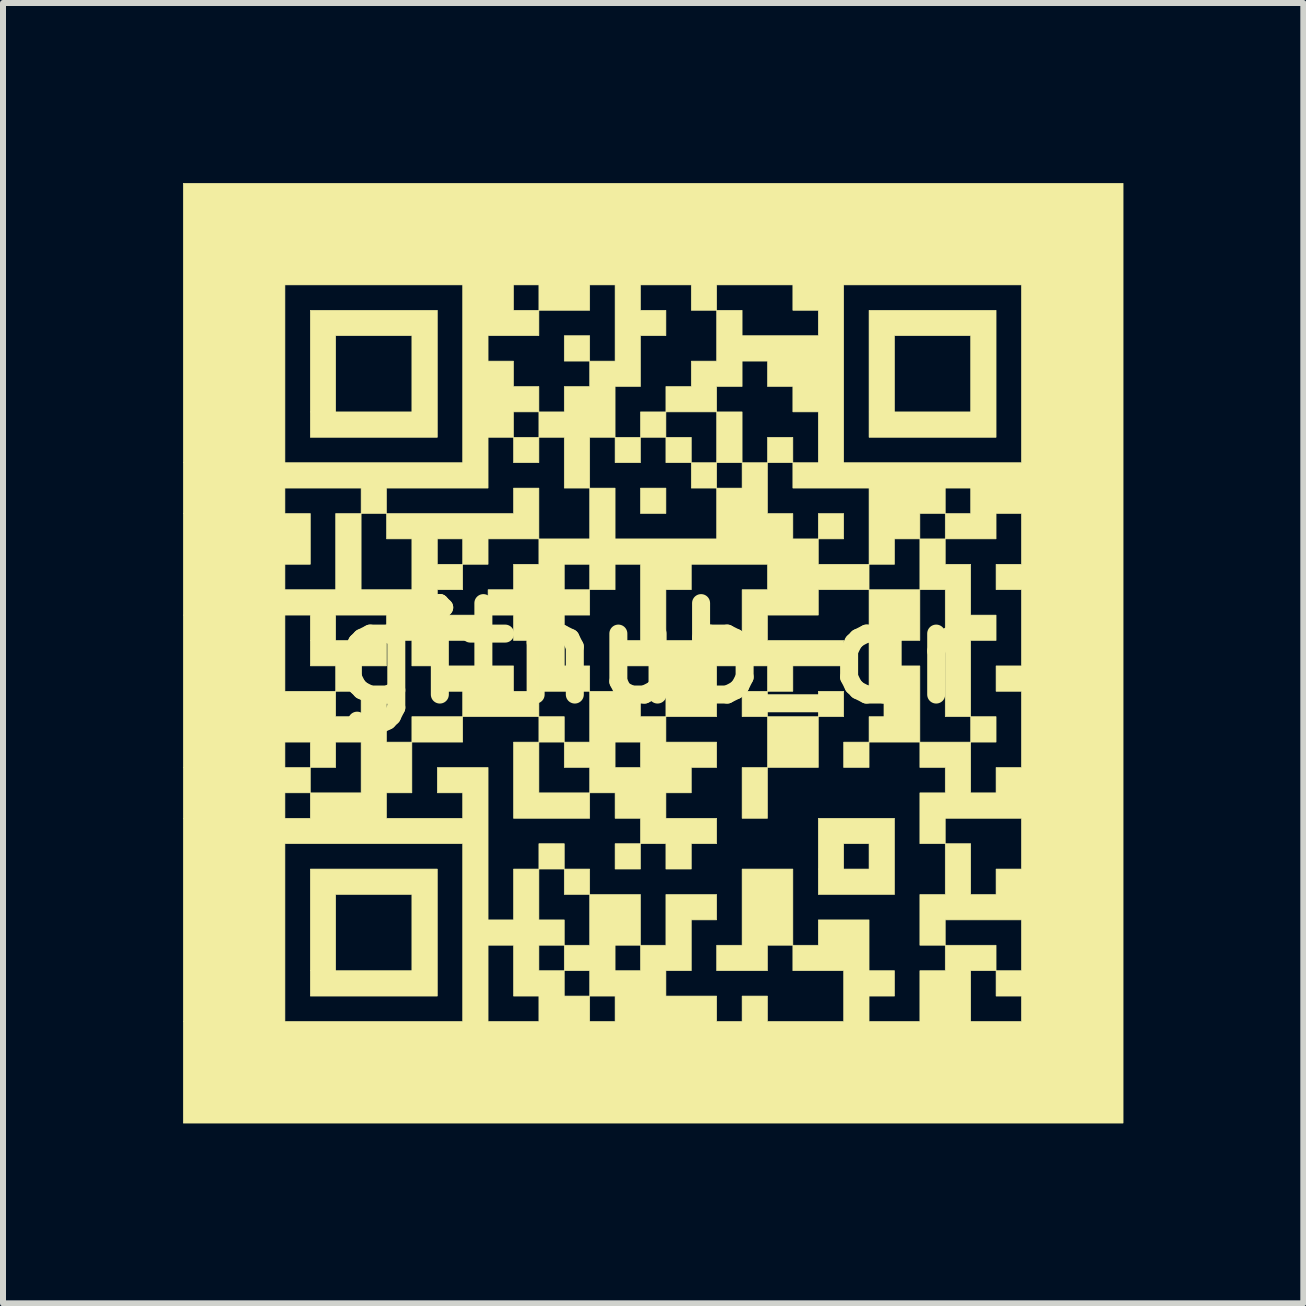
<source format=kicad_pcb>
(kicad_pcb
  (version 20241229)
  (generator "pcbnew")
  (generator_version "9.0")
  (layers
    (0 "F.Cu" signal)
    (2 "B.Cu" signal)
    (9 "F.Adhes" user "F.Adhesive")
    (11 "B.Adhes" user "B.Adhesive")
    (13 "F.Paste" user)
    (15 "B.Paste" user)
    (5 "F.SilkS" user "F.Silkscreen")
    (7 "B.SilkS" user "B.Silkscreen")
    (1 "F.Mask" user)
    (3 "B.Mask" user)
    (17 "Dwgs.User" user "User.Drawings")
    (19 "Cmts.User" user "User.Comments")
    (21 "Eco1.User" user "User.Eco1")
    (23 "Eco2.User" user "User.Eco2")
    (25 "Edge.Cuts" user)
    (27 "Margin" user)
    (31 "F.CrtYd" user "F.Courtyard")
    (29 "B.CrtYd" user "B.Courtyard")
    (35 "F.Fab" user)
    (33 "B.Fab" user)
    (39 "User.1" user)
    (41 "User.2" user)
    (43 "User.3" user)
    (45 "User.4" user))
  (footprint "github_qr"
    (layer "F.Cu")
    (at 7.837 7.837)
    (property "Reference" "github_qr" (at 0 0 0) (layer "F.SilkS") (effects (font (size 1.524 1.524) (thickness 0.3))))
    (attr through_hole)
    (fp_poly (pts (xy -3.175 1.482) (xy -4.022 1.482) (xy -4.022 1.058) (xy -3.175 1.058) (xy -3.175 1.482)) (stroke (width 0.01) (type solid)) (fill yes) (layer "F.SilkS"))
    (fp_poly (pts (xy -1.905 -3.175) (xy -2.328 -3.175) (xy -2.328 -3.598) (xy -1.905 -3.598) (xy -1.905 -3.175)) (stroke (width 0.01) (type solid)) (fill yes) (layer "F.SilkS"))
    (fp_poly (pts (xy -1.905 3.598) (xy -1.905 3.175) (xy -1.482 3.175) (xy -1.482 3.598) (xy -1.905 3.598)) (stroke (width 0.01) (type solid)) (fill yes) (layer "F.SilkS"))
    (fp_poly (pts (xy -1.058 -4.868) (xy -1.482 -4.868) (xy -1.482 -5.292) (xy -1.058 -5.292) (xy -1.058 -4.868)) (stroke (width 0.01) (type solid)) (fill yes) (layer "F.SilkS"))
    (fp_poly (pts (xy -1.058 3.598) (xy -1.058 4.022) (xy -1.482 4.022) (xy -1.482 3.598) (xy -1.058 3.598)) (stroke (width 0.01) (type solid)) (fill yes) (layer "F.SilkS"))
    (fp_poly (pts (xy -0.212 -4.022) (xy 0.212 -4.022) (xy 0.212 -3.598) (xy -0.212 -3.598) (xy -0.212 -4.022)) (stroke (width 0.01) (type solid)) (fill yes) (layer "F.SilkS"))
    (fp_poly (pts (xy -0.212 -3.175) (xy -0.635 -3.175) (xy -0.635 -3.598) (xy -0.212 -3.598) (xy -0.212 -3.175)) (stroke (width 0.01) (type solid)) (fill yes) (layer "F.SilkS"))
    (fp_poly (pts (xy -0.212 3.598) (xy -0.635 3.598) (xy -0.635 3.175) (xy -0.212 3.175) (xy -0.212 3.598)) (stroke (width 0.01) (type solid)) (fill yes) (layer "F.SilkS"))
    (fp_poly (pts (xy 0.212 -3.175) (xy 0.212 -3.598) (xy 0.635 -3.598) (xy 0.635 -3.175) (xy 0.212 -3.175)) (stroke (width 0.01) (type solid)) (fill yes) (layer "F.SilkS"))
    (fp_poly (pts (xy 0.212 -2.328) (xy -0.212 -2.328) (xy -0.212 -2.752) (xy 0.212 -2.752) (xy 0.212 -2.328)) (stroke (width 0.01) (type solid)) (fill yes) (layer "F.SilkS"))
    (fp_poly (pts (xy 1.482 1.058) (xy 1.482 0.635) (xy 1.905 0.635) (xy 1.905 1.058) (xy 1.482 1.058)) (stroke (width 0.01) (type solid)) (fill yes) (layer "F.SilkS"))
    (fp_poly (pts (xy 1.905 -3.598) (xy 2.328 -3.598) (xy 2.328 -3.175) (xy 1.905 -3.175) (xy 1.905 -3.598)) (stroke (width 0.01) (type solid)) (fill yes) (layer "F.SilkS"))
    (fp_poly (pts (xy 1.905 2.752) (xy 1.482 2.752) (xy 1.482 1.905) (xy 1.905 1.905) (xy 1.905 2.752)) (stroke (width 0.01) (type solid)) (fill yes) (layer "F.SilkS"))
    (fp_poly (pts (xy 2.752 -2.328) (xy 3.175 -2.328) (xy 3.175 -1.905) (xy 2.752 -1.905) (xy 2.752 -2.328)) (stroke (width 0.01) (type solid)) (fill yes) (layer "F.SilkS"))
    (fp_poly (pts (xy 2.752 0.635) (xy 3.175 0.635) (xy 3.175 1.058) (xy 2.752 1.058) (xy 2.752 0.635)) (stroke (width 0.01) (type solid)) (fill yes) (layer "F.SilkS"))
    (fp_poly (pts (xy 2.752 1.905) (xy 1.905 1.905) (xy 1.905 1.058) (xy 2.752 1.058) (xy 2.752 1.905)) (stroke (width 0.01) (type solid)) (fill yes) (layer "F.SilkS"))
    (fp_poly (pts (xy 3.598 1.905) (xy 3.175 1.905) (xy 3.175 1.482) (xy 3.598 1.482) (xy 3.598 1.905)) (stroke (width 0.01) (type solid)) (fill yes) (layer "F.SilkS"))
    (fp_poly (pts (xy 5.715 1.058) (xy 5.715 1.482) (xy 5.292 1.482) (xy 5.292 1.058) (xy 5.715 1.058)) (stroke (width 0.01) (type solid)) (fill yes) (layer "F.SilkS"))
    (fp_poly (pts (xy -3.175 0.635) (xy -3.598 0.635) (xy -3.598 0.212) (xy -2.328 0.212) (xy -2.328 0.635) (xy -1.905 0.635) (xy -1.905 1.058) (xy -3.175 1.058) (xy -3.175 0.635)) (stroke (width 0.01) (type solid)) (fill yes) (layer "F.SilkS"))
    (fp_poly (pts (xy 2.328 4.868) (xy 1.905 4.868) (xy 1.905 5.292) (xy 1.058 5.292) (xy 1.058 4.868) (xy 1.482 4.868) (xy 1.482 3.598) (xy 2.328 3.598) (xy 2.328 4.868)) (stroke (width 0.01) (type solid)) (fill yes) (layer "F.SilkS"))
    (fp_poly (pts (xy -3.598 -3.598) (xy -5.715 -3.598) (xy -5.715 -5.292) (xy -5.292 -5.292) (xy -5.292 -4.022) (xy -4.022 -4.022) (xy -4.022 -5.292) (xy -5.292 -5.292) (xy -5.715 -5.292) (xy -5.715 -5.715) (xy -3.598 -5.715) (xy -3.598 -3.598)) (stroke (width 0.01) (type solid)) (fill yes) (layer "F.SilkS"))
    (fp_poly (pts (xy -3.598 5.715) (xy -5.715 5.715) (xy -5.715 4.022) (xy -5.292 4.022) (xy -5.292 5.292) (xy -4.022 5.292) (xy -4.022 4.022) (xy -5.292 4.022) (xy -5.715 4.022) (xy -5.715 3.598) (xy -3.598 3.598) (xy -3.598 5.715)) (stroke (width 0.01) (type solid)) (fill yes) (layer "F.SilkS"))
    (fp_poly (pts (xy 4.022 4.022) (xy 2.752 4.022) (xy 2.752 3.175) (xy 3.175 3.175) (xy 3.175 3.598) (xy 3.598 3.598) (xy 3.598 3.175) (xy 3.175 3.175) (xy 2.752 3.175) (xy 2.752 2.752) (xy 4.022 2.752) (xy 4.022 4.022)) (stroke (width 0.01) (type solid)) (fill yes) (layer "F.SilkS"))
    (fp_poly (pts (xy 5.715 -3.598) (xy 3.598 -3.598) (xy 3.598 -5.292) (xy 4.022 -5.292) (xy 4.022 -4.022) (xy 5.292 -4.022) (xy 5.292 -5.292) (xy 4.022 -5.292) (xy 3.598 -5.292) (xy 3.598 -5.715) (xy 5.715 -5.715) (xy 5.715 -3.598)) (stroke (width 0.01) (type solid)) (fill yes) (layer "F.SilkS"))
    (fp_poly (pts (xy 4.445 -0.212) (xy 4.022 -0.212) (xy 4.022 0.212) (xy 4.445 0.212) (xy 4.445 1.482) (xy 3.598 1.482) (xy 3.598 1.058) (xy 4.022 1.058) (xy 4.022 0.635) (xy 3.598 0.635) (xy 3.598 -1.058) (xy 4.445 -1.058) (xy 4.445 -0.212)) (stroke (width 0.01) (type solid)) (fill yes) (layer "F.SilkS"))
    (fp_poly (pts (xy 4.868 1.058) (xy 4.868 -1.058) (xy 4.445 -1.058) (xy 4.445 -1.905) (xy 4.868 -1.905) (xy 4.868 -1.482) (xy 5.292 -1.482) (xy 5.292 -0.635) (xy 5.715 -0.635) (xy 5.715 -0.212) (xy 5.292 -0.212) (xy 5.292 1.058) (xy 4.868 1.058)) (stroke (width 0.01) (type solid)) (fill yes) (layer "F.SilkS"))
    (fp_poly (pts (xy 1.905 -2.328) (xy 2.328 -2.328) (xy 2.328 -1.905) (xy 2.752 -1.905) (xy 2.752 -1.482) (xy 3.598 -1.482) (xy 3.598 -1.058) (xy 2.752 -1.058) (xy 2.752 -0.635) (xy 1.905 -0.635) (xy 1.905 -0.212) (xy 3.175 -0.212) (xy 3.175 0.212) (xy 2.328 0.212) (xy 2.328 0.635) (xy 1.905 0.635) (xy 1.905 0.212) (xy 1.058 0.212) (xy 1.058 1.058) (xy 0.212 1.058) (xy 0.212 1.482) (xy 1.058 1.482) (xy 1.058 1.905) (xy 0.635 1.905) (xy 0.635 2.328) (xy 0.212 2.328) (xy 0.212 2.752) (xy 1.058 2.752) (xy 1.058 3.175) (xy 0.635 3.175) (xy 0.635 3.598) (xy 0.212 3.598) (xy 0.212 3.175) (xy -0.212 3.175) (xy -0.212 2.752) (xy -0.635 2.752) (xy -0.635 2.328) (xy -1.058 2.328) (xy -1.058 2.752) (xy -2.328 2.752) (xy -2.328 1.482) (xy -1.905 1.482) (xy -1.905 2.328) (xy -1.058 2.328) (xy -1.058 1.905) (xy -1.482 1.905) (xy -1.482 1.482) (xy -1.905 1.482) (xy -1.905 1.058) (xy -1.482 1.058) (xy -1.482 1.482) (xy -1.058 1.482) (xy -0.635 1.482) (xy -0.635 1.905) (xy -0.212 1.905) (xy -0.212 1.482) (xy -0.635 1.482) (xy -1.058 1.482) (xy -1.058 0.635) (xy -1.905 0.635) (xy -1.905 -0.212) (xy -2.328 -0.212) (xy -2.328 -0.635) (xy -1.482 -0.635) (xy -1.482 0.212) (xy -1.058 0.212) (xy -1.058 0.635) (xy -0.212 0.635) (xy -0.212 1.058) (xy 0.212 1.058) (xy 0.212 0.212) (xy -0.635 0.212) (xy -0.635 -0.212) (xy -0.212 -0.212) (xy -0.212 -1.058) (xy 0.212 -1.058) (xy 0.212 -0.212) (xy 1.482 -0.212) (xy 1.482 -1.058) (xy 1.905 -1.058) (xy 1.905 -1.482) (xy 0.635 -1.482) (xy 0.635 -1.058) (xy 0.212 -1.058) (xy -0.212 -1.058) (xy -0.212 -1.482) (xy -0.635 -1.482) (xy -0.635 -1.058) (xy -1.058 -1.058) (xy -1.058 -0.635) (xy -1.482 -0.635) (xy -2.328 -0.635) (xy -2.752 -0.635) (xy -2.752 -1.058) (xy -2.328 -1.058) (xy -2.328 -1.482) (xy -1.905 -1.482) (xy -1.482 -1.482) (xy -1.482 -1.058) (xy -1.058 -1.058) (xy -1.058 -1.482) (xy -1.482 -1.482) (xy -1.905 -1.482) (xy -1.905 -1.905) (xy -1.058 -1.905) (xy -1.058 -2.752) (xy -0.635 -2.752) (xy -0.635 -1.905) (xy 1.058 -1.905) (xy 1.058 -2.752) (xy 0.635 -2.752) (xy 0.635 -3.175) (xy 1.058 -3.175) (xy 1.058 -2.752) (xy 1.482 -2.752) (xy 1.482 -3.175) (xy 1.058 -3.175) (xy 1.058 -4.022) (xy 1.482 -4.022) (xy 1.482 -3.175) (xy 1.905 -3.175) (xy 1.905 -2.328)) (stroke (width 0.01) (type solid)) (fill yes) (layer "F.SilkS"))
    (fp_poly (pts (xy 7.832 7.832) (xy -7.832 7.832) (xy -7.832 3.175) (xy -6.138 3.175) (xy -6.138 6.138) (xy -3.175 6.138) (xy -3.175 4.868) (xy -2.752 4.868) (xy -2.752 6.138) (xy -1.905 6.138) (xy -1.058 6.138) (xy -0.635 6.138) (xy -0.635 5.715) (xy -1.058 5.715) (xy -1.058 6.138) (xy -1.905 6.138) (xy -1.905 5.715) (xy -2.328 5.715) (xy -2.328 4.868) (xy -1.905 4.868) (xy -1.905 5.292) (xy -1.482 5.292) (xy -1.482 5.715) (xy -1.058 5.715) (xy -1.058 5.292) (xy -1.482 5.292) (xy -1.482 4.868) (xy -1.905 4.868) (xy -2.328 4.868) (xy -2.752 4.868) (xy -3.175 4.868) (xy -3.175 3.175) (xy -6.138 3.175) (xy -7.832 3.175) (xy -7.832 2.328) (xy -6.138 2.328) (xy -6.138 2.752) (xy -5.715 2.752) (xy -5.715 2.328) (xy -6.138 2.328) (xy -7.832 2.328) (xy -7.832 1.482) (xy -6.138 1.482) (xy -6.138 1.905) (xy -5.715 1.905) (xy -5.715 2.328) (xy -4.868 2.328) (xy -4.868 1.482) (xy -5.292 1.482) (xy -5.292 1.905) (xy -5.715 1.905) (xy -5.715 1.482) (xy -6.138 1.482) (xy -7.832 1.482) (xy -7.832 1.058) (xy -5.292 1.058) (xy -4.868 1.058) (xy -4.868 0.635) (xy -5.292 0.635) (xy -5.292 1.058) (xy -7.832 1.058) (xy -7.832 -0.635) (xy -6.138 -0.635) (xy -6.138 0.635) (xy -5.292 0.635) (xy -5.292 0.212) (xy -4.868 0.212) (xy -4.868 0.635) (xy -4.445 0.635) (xy -4.445 1.482) (xy -4.022 1.482) (xy -4.022 2.328) (xy -4.445 2.328) (xy -4.445 2.752) (xy -3.175 2.752) (xy -3.175 2.328) (xy -3.598 2.328) (xy -3.598 1.905) (xy -2.752 1.905) (xy -2.752 4.445) (xy -2.328 4.445) (xy -2.328 3.598) (xy -1.905 3.598) (xy -1.905 4.445) (xy -1.482 4.445) (xy -1.482 4.868) (xy -1.058 4.868) (xy -0.635 4.868) (xy -0.635 5.292) (xy -0.212 5.292) (xy -0.212 4.868) (xy -0.635 4.868) (xy -1.058 4.868) (xy -1.058 4.022) (xy -0.212 4.022) (xy -0.212 4.868) (xy 0.212 4.868) (xy 0.212 4.022) (xy 1.058 4.022) (xy 1.058 4.445) (xy 0.635 4.445) (xy 0.635 5.292) (xy 0.212 5.292) (xy 0.212 5.715) (xy 1.058 5.715) (xy 1.058 6.138) (xy 1.482 6.138) (xy 1.482 5.715) (xy 1.905 5.715) (xy 1.905 6.138) (xy 3.175 6.138) (xy 3.175 5.292) (xy 2.328 5.292) (xy 2.328 4.868) (xy 2.752 4.868) (xy 2.752 4.445) (xy 3.598 4.445) (xy 3.598 5.292) (xy 4.022 5.292) (xy 4.022 5.715) (xy 3.598 5.715) (xy 3.598 6.138) (xy 4.445 6.138) (xy 4.445 5.292) (xy 4.868 5.292) (xy 5.292 5.292) (xy 5.292 6.138) (xy 6.138 6.138) (xy 6.138 5.715) (xy 5.715 5.715) (xy 5.715 5.292) (xy 5.292 5.292) (xy 4.868 5.292) (xy 4.868 4.868) (xy 4.445 4.868) (xy 4.445 4.445) (xy 4.868 4.445) (xy 4.868 4.868) (xy 5.715 4.868) (xy 5.715 5.292) (xy 6.138 5.292) (xy 6.138 4.445) (xy 4.868 4.445) (xy 4.445 4.445) (xy 4.445 4.022) (xy 4.868 4.022) (xy 4.868 3.175) (xy 4.445 3.175) (xy 4.445 2.752) (xy 4.868 2.752) (xy 4.868 3.175) (xy 5.292 3.175) (xy 5.292 4.022) (xy 5.715 4.022) (xy 5.715 3.598) (xy 6.138 3.598) (xy 6.138 2.752) (xy 4.868 2.752) (xy 4.445 2.752) (xy 4.445 2.328) (xy 4.868 2.328) (xy 4.868 1.905) (xy 4.445 1.905) (xy 4.445 1.482) (xy 5.292 1.482) (xy 5.292 2.328) (xy 5.715 2.328) (xy 5.715 1.905) (xy 6.138 1.905) (xy 6.138 0.635) (xy 5.715 0.635) (xy 5.715 0.212) (xy 6.138 0.212) (xy 6.138 -1.058) (xy 5.715 -1.058) (xy 5.715 -1.482) (xy 6.138 -1.482) (xy 6.138 -2.328) (xy 5.715 -2.328) (xy 5.715 -1.905) (xy 4.868 -1.905) (xy 4.868 -2.328) (xy 4.445 -2.328) (xy 4.445 -1.905) (xy 4.022 -1.905) (xy 4.022 -1.482) (xy 3.598 -1.482) (xy 3.598 -2.752) (xy 4.868 -2.752) (xy 4.868 -2.328) (xy 5.292 -2.328) (xy 5.292 -2.752) (xy 4.868 -2.752) (xy 3.598 -2.752) (xy 2.328 -2.752) (xy 2.328 -3.175) (xy 2.752 -3.175) (xy 2.752 -4.022) (xy 2.328 -4.022) (xy 2.328 -4.445) (xy 1.905 -4.445) (xy 1.905 -4.868) (xy 1.482 -4.868) (xy 1.482 -4.445) (xy 1.058 -4.445) (xy 1.058 -4.022) (xy 0.212 -4.022) (xy 0.212 -4.445) (xy 0.635 -4.445) (xy 0.635 -4.868) (xy 1.058 -4.868) (xy 1.058 -5.715) (xy 0.635 -5.715) (xy 0.635 -6.138) (xy 1.058 -6.138) (xy 1.058 -5.715) (xy 1.482 -5.715) (xy 1.482 -5.292) (xy 2.752 -5.292) (xy 2.752 -5.715) (xy 2.328 -5.715) (xy 2.328 -6.138) (xy 3.175 -6.138) (xy 3.175 -3.175) (xy 6.138 -3.175) (xy 6.138 -6.138) (xy 3.175 -6.138) (xy 2.328 -6.138) (xy 1.058 -6.138) (xy 0.635 -6.138) (xy -0.212 -6.138) (xy -0.212 -5.715) (xy 0.212 -5.715) (xy 0.212 -5.292) (xy -0.212 -5.292) (xy -0.212 -4.445) (xy -0.635 -4.445) (xy -0.635 -3.598) (xy -1.058 -3.598) (xy -1.058 -2.752) (xy -1.482 -2.752) (xy -1.482 -3.598) (xy -1.905 -3.598) (xy -1.905 -4.022) (xy -2.328 -4.022) (xy -2.328 -3.598) (xy -2.752 -3.598) (xy -2.752 -2.752) (xy -4.445 -2.752) (xy -4.445 -2.328) (xy -2.328 -2.328) (xy -2.328 -2.752) (xy -1.905 -2.752) (xy -1.905 -1.905) (xy -2.752 -1.905) (xy -2.752 -1.482) (xy -3.175 -1.482) (xy -3.175 -1.058) (xy -3.598 -1.058) (xy -3.598 -0.635) (xy -2.752 -0.635) (xy -2.752 -0.212) (xy -3.598 -0.212) (xy -3.598 0.212) (xy -4.022 0.212) (xy -4.022 -0.212) (xy -4.445 -0.212) (xy -4.445 0.212) (xy -4.868 0.212) (xy -5.292 0.212) (xy -5.715 0.212) (xy -5.715 -0.635) (xy -5.292 -0.635) (xy -5.292 -0.212) (xy -4.445 -0.212) (xy -4.445 -0.635) (xy -5.292 -0.635) (xy -5.715 -0.635) (xy -6.138 -0.635) (xy -7.832 -0.635) (xy -7.832 -2.752) (xy -6.138 -2.752) (xy -6.138 -2.328) (xy -5.715 -2.328) (xy -5.715 -1.482) (xy -6.138 -1.482) (xy -6.138 -1.058) (xy -5.292 -1.058) (xy -4.868 -1.058) (xy -4.022 -1.058) (xy -4.022 -1.905) (xy -3.598 -1.905) (xy -3.598 -1.482) (xy -3.175 -1.482) (xy -3.175 -1.905) (xy -3.598 -1.905) (xy -4.022 -1.905) (xy -4.445 -1.905) (xy -4.445 -2.328) (xy -4.868 -2.328) (xy -4.868 -1.058) (xy -5.292 -1.058) (xy -5.292 -2.328) (xy -4.868 -2.328) (xy -4.868 -2.752) (xy -6.138 -2.752) (xy -7.832 -2.752) (xy -7.832 -6.138) (xy -6.138 -6.138) (xy -6.138 -3.175) (xy -3.175 -3.175) (xy -3.175 -5.292) (xy -2.752 -5.292) (xy -2.752 -4.868) (xy -2.328 -4.868) (xy -2.328 -4.445) (xy -1.905 -4.445) (xy -1.905 -4.022) (xy -1.482 -4.022) (xy -1.482 -4.445) (xy -1.058 -4.445) (xy -1.058 -4.868) (xy -0.635 -4.868) (xy -0.635 -6.138) (xy -1.058 -6.138) (xy -1.058 -5.715) (xy -1.905 -5.715) (xy -1.905 -5.292) (xy -2.752 -5.292) (xy -3.175 -5.292) (xy -3.175 -6.138) (xy -2.328 -6.138) (xy -2.328 -5.715) (xy -1.905 -5.715) (xy -1.905 -6.138) (xy -2.328 -6.138) (xy -3.175 -6.138) (xy -6.138 -6.138) (xy -7.832 -6.138) (xy -7.832 -7.832) (xy 7.832 -7.832) (xy 7.832 7.832)) (stroke (width 0.01) (type solid)) (fill yes) (layer "F.SilkS")))
  (gr_rect
    (start -3 -3)
    (end 18.673 18.673)
    (stroke (width 0.1) (type default))
    (fill no)
    (layer "Edge.Cuts")))
</source>
